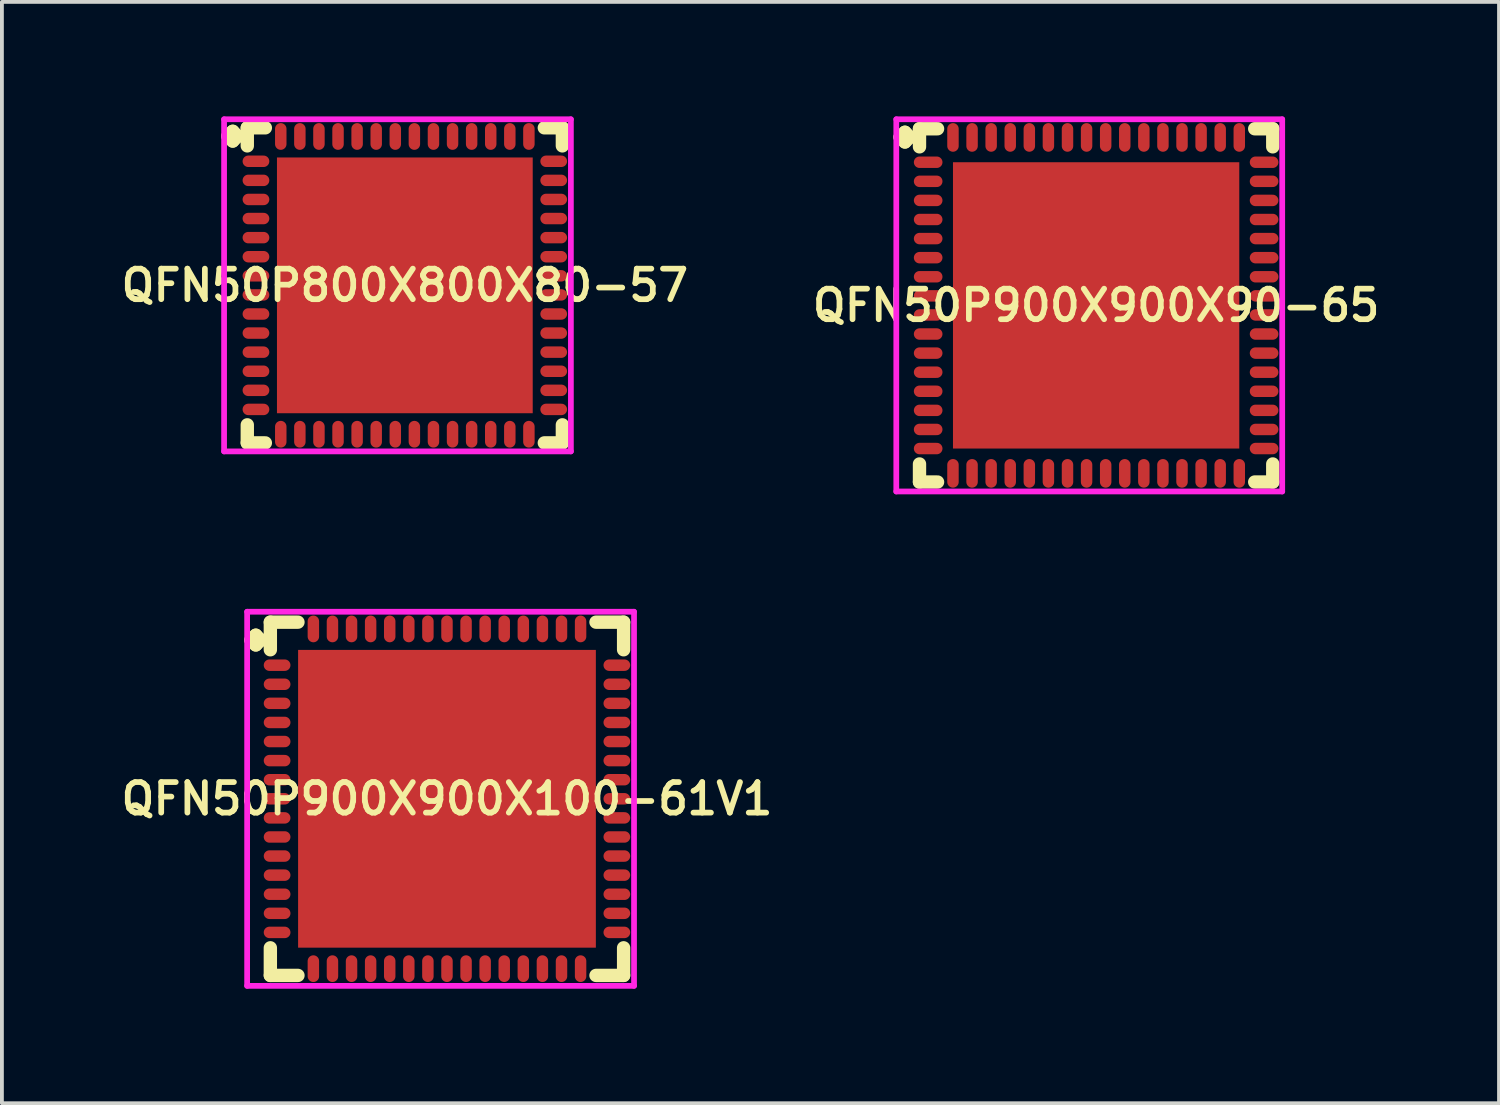
<source format=kicad_pcb>
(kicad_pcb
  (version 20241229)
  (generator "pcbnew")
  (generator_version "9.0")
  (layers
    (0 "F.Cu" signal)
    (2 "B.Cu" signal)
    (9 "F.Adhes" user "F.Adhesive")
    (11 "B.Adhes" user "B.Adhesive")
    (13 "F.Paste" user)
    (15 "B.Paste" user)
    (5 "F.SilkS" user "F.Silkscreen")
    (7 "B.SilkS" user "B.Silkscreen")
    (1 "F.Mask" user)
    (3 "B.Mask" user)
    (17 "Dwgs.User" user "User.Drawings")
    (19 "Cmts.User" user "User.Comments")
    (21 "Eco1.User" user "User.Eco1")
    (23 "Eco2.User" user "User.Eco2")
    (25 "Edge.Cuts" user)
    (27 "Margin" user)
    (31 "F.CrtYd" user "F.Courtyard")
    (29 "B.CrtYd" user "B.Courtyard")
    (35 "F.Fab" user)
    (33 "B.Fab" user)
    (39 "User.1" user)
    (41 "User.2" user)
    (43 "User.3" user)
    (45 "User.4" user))
  (footprint "QFN50P900X900X90-65"
    (layer "F.Cu")
    (at 25.664 4.95)
    (property "Reference" "QFN50P900X900X90-65" (at 0 0 0) (layer "F.SilkS") (effects (font (size 0.8 0.8) (thickness 0.15))))
    (attr smd)
    (fp_line (start -5.135 -4.408) (end -5.008 -4.535) (stroke (width 0.35) (type solid)) (layer "F.SilkS"))
    (fp_line (start -5.008 -4.535) (end -4.881 -4.408) (stroke (width 0.35) (type solid)) (layer "F.SilkS"))
    (fp_line (start -5.008 -4.281) (end -5.135 -4.408) (stroke (width 0.35) (type solid)) (layer "F.SilkS"))
    (fp_line (start -4.881 -4.408) (end -5.008 -4.281) (stroke (width 0.35) (type solid)) (layer "F.SilkS"))
    (fp_line (start -4.627 -4.627) (end -4.154 -4.627) (stroke (width 0.35) (type solid)) (layer "F.SilkS"))
    (fp_line (start -4.627 -4.154) (end -4.627 -4.627) (stroke (width 0.35) (type solid)) (layer "F.SilkS"))
    (fp_line (start -4.627 4.154) (end -4.627 4.627) (stroke (width 0.35) (type solid)) (layer "F.SilkS"))
    (fp_line (start -4.627 4.627) (end -4.154 4.627) (stroke (width 0.35) (type solid)) (layer "F.SilkS"))
    (fp_line (start 4.154 -4.627) (end 4.627 -4.627) (stroke (width 0.35) (type solid)) (layer "F.SilkS"))
    (fp_line (start 4.154 4.627) (end 4.627 4.627) (stroke (width 0.35) (type solid)) (layer "F.SilkS"))
    (fp_line (start 4.627 -4.627) (end 4.627 -4.154) (stroke (width 0.35) (type solid)) (layer "F.SilkS"))
    (fp_line (start 4.627 4.627) (end 4.627 4.154) (stroke (width 0.35) (type solid)) (layer "F.SilkS"))
    (fp_line (start -5.235 -4.875) (end 4.875 -4.875) (stroke (width 0.15) (type solid)) (layer "F.CrtYd"))
    (fp_line (start -5.235 4.875) (end -5.235 -4.875) (stroke (width 0.15) (type solid)) (layer "F.CrtYd"))
    (fp_line (start 4.875 -4.875) (end 4.875 4.875) (stroke (width 0.15) (type solid)) (layer "F.CrtYd"))
    (fp_line (start 4.875 4.875) (end -5.235 4.875) (stroke (width 0.15) (type solid)) (layer "F.CrtYd"))
    (pad "1" smd oval (at -4.4 -3.75) (size 0.75 0.3) (layers "F.Cu" "F.Mask" "F.Paste"))
    (pad "2" smd oval (at -4.4 -3.25) (size 0.75 0.3) (layers "F.Cu" "F.Mask" "F.Paste"))
    (pad "3" smd oval (at -4.4 -2.75) (size 0.75 0.3) (layers "F.Cu" "F.Mask" "F.Paste"))
    (pad "4" smd oval (at -4.4 -2.25) (size 0.75 0.3) (layers "F.Cu" "F.Mask" "F.Paste"))
    (pad "5" smd oval (at -4.4 -1.75) (size 0.75 0.3) (layers "F.Cu" "F.Mask" "F.Paste"))
    (pad "6" smd oval (at -4.4 -1.25) (size 0.75 0.3) (layers "F.Cu" "F.Mask" "F.Paste"))
    (pad "7" smd oval (at -4.4 -0.75) (size 0.75 0.3) (layers "F.Cu" "F.Mask" "F.Paste"))
    (pad "8" smd oval (at -4.4 -0.25) (size 0.75 0.3) (layers "F.Cu" "F.Mask" "F.Paste"))
    (pad "9" smd oval (at -4.4 0.25) (size 0.75 0.3) (layers "F.Cu" "F.Mask" "F.Paste"))
    (pad "10" smd oval (at -4.4 0.75) (size 0.75 0.3) (layers "F.Cu" "F.Mask" "F.Paste"))
    (pad "11" smd oval (at -4.4 1.25) (size 0.75 0.3) (layers "F.Cu" "F.Mask" "F.Paste"))
    (pad "12" smd oval (at -4.4 1.75) (size 0.75 0.3) (layers "F.Cu" "F.Mask" "F.Paste"))
    (pad "13" smd oval (at -4.4 2.25) (size 0.75 0.3) (layers "F.Cu" "F.Mask" "F.Paste"))
    (pad "14" smd oval (at -4.4 2.75) (size 0.75 0.3) (layers "F.Cu" "F.Mask" "F.Paste"))
    (pad "15" smd oval (at -4.4 3.25) (size 0.75 0.3) (layers "F.Cu" "F.Mask" "F.Paste"))
    (pad "16" smd oval (at -4.4 3.75) (size 0.75 0.3) (layers "F.Cu" "F.Mask" "F.Paste"))
    (pad "17" smd oval (at -3.75 4.4) (size 0.3 0.75) (layers "F.Cu" "F.Mask" "F.Paste"))
    (pad "18" smd oval (at -3.25 4.4) (size 0.3 0.75) (layers "F.Cu" "F.Mask" "F.Paste"))
    (pad "19" smd oval (at -2.75 4.4) (size 0.3 0.75) (layers "F.Cu" "F.Mask" "F.Paste"))
    (pad "20" smd oval (at -2.25 4.4) (size 0.3 0.75) (layers "F.Cu" "F.Mask" "F.Paste"))
    (pad "21" smd oval (at -1.75 4.4) (size 0.3 0.75) (layers "F.Cu" "F.Mask" "F.Paste"))
    (pad "22" smd oval (at -1.25 4.4) (size 0.3 0.75) (layers "F.Cu" "F.Mask" "F.Paste"))
    (pad "23" smd oval (at -0.75 4.4) (size 0.3 0.75) (layers "F.Cu" "F.Mask" "F.Paste"))
    (pad "24" smd oval (at -0.25 4.4) (size 0.3 0.75) (layers "F.Cu" "F.Mask" "F.Paste"))
    (pad "25" smd oval (at 0.25 4.4) (size 0.3 0.75) (layers "F.Cu" "F.Mask" "F.Paste"))
    (pad "26" smd oval (at 0.75 4.4) (size 0.3 0.75) (layers "F.Cu" "F.Mask" "F.Paste"))
    (pad "27" smd oval (at 1.25 4.4) (size 0.3 0.75) (layers "F.Cu" "F.Mask" "F.Paste"))
    (pad "28" smd oval (at 1.75 4.4) (size 0.3 0.75) (layers "F.Cu" "F.Mask" "F.Paste"))
    (pad "29" smd oval (at 2.25 4.4) (size 0.3 0.75) (layers "F.Cu" "F.Mask" "F.Paste"))
    (pad "30" smd oval (at 2.75 4.4) (size 0.3 0.75) (layers "F.Cu" "F.Mask" "F.Paste"))
    (pad "31" smd oval (at 3.25 4.4) (size 0.3 0.75) (layers "F.Cu" "F.Mask" "F.Paste"))
    (pad "32" smd oval (at 3.75 4.4) (size 0.3 0.75) (layers "F.Cu" "F.Mask" "F.Paste"))
    (pad "33" smd oval (at 4.4 3.75) (size 0.75 0.3) (layers "F.Cu" "F.Mask" "F.Paste"))
    (pad "34" smd oval (at 4.4 3.25) (size 0.75 0.3) (layers "F.Cu" "F.Mask" "F.Paste"))
    (pad "35" smd oval (at 4.4 2.75) (size 0.75 0.3) (layers "F.Cu" "F.Mask" "F.Paste"))
    (pad "36" smd oval (at 4.4 2.25) (size 0.75 0.3) (layers "F.Cu" "F.Mask" "F.Paste"))
    (pad "37" smd oval (at 4.4 1.75) (size 0.75 0.3) (layers "F.Cu" "F.Mask" "F.Paste"))
    (pad "38" smd oval (at 4.4 1.25) (size 0.75 0.3) (layers "F.Cu" "F.Mask" "F.Paste"))
    (pad "39" smd oval (at 4.4 0.75) (size 0.75 0.3) (layers "F.Cu" "F.Mask" "F.Paste"))
    (pad "40" smd oval (at 4.4 0.25) (size 0.75 0.3) (layers "F.Cu" "F.Mask" "F.Paste"))
    (pad "41" smd oval (at 4.4 -0.25) (size 0.75 0.3) (layers "F.Cu" "F.Mask" "F.Paste"))
    (pad "42" smd oval (at 4.4 -0.75) (size 0.75 0.3) (layers "F.Cu" "F.Mask" "F.Paste"))
    (pad "43" smd oval (at 4.4 -1.25) (size 0.75 0.3) (layers "F.Cu" "F.Mask" "F.Paste"))
    (pad "44" smd oval (at 4.4 -1.75) (size 0.75 0.3) (layers "F.Cu" "F.Mask" "F.Paste"))
    (pad "45" smd oval (at 4.4 -2.25) (size 0.75 0.3) (layers "F.Cu" "F.Mask" "F.Paste"))
    (pad "46" smd oval (at 4.4 -2.75) (size 0.75 0.3) (layers "F.Cu" "F.Mask" "F.Paste"))
    (pad "47" smd oval (at 4.4 -3.25) (size 0.75 0.3) (layers "F.Cu" "F.Mask" "F.Paste"))
    (pad "48" smd oval (at 4.4 -3.75) (size 0.75 0.3) (layers "F.Cu" "F.Mask" "F.Paste"))
    (pad "49" smd oval (at 3.75 -4.4) (size 0.3 0.75) (layers "F.Cu" "F.Mask" "F.Paste"))
    (pad "50" smd oval (at 3.25 -4.4) (size 0.3 0.75) (layers "F.Cu" "F.Mask" "F.Paste"))
    (pad "51" smd oval (at 2.75 -4.4) (size 0.3 0.75) (layers "F.Cu" "F.Mask" "F.Paste"))
    (pad "52" smd oval (at 2.25 -4.4) (size 0.3 0.75) (layers "F.Cu" "F.Mask" "F.Paste"))
    (pad "53" smd oval (at 1.75 -4.4) (size 0.3 0.75) (layers "F.Cu" "F.Mask" "F.Paste"))
    (pad "54" smd oval (at 1.25 -4.4) (size 0.3 0.75) (layers "F.Cu" "F.Mask" "F.Paste"))
    (pad "55" smd oval (at 0.75 -4.4) (size 0.3 0.75) (layers "F.Cu" "F.Mask" "F.Paste"))
    (pad "56" smd oval (at 0.25 -4.4) (size 0.3 0.75) (layers "F.Cu" "F.Mask" "F.Paste"))
    (pad "57" smd oval (at -0.25 -4.4) (size 0.3 0.75) (layers "F.Cu" "F.Mask" "F.Paste"))
    (pad "58" smd oval (at -0.75 -4.4) (size 0.3 0.75) (layers "F.Cu" "F.Mask" "F.Paste"))
    (pad "59" smd oval (at -1.25 -4.4) (size 0.3 0.75) (layers "F.Cu" "F.Mask" "F.Paste"))
    (pad "60" smd oval (at -1.75 -4.4) (size 0.3 0.75) (layers "F.Cu" "F.Mask" "F.Paste"))
    (pad "61" smd oval (at -2.25 -4.4) (size 0.3 0.75) (layers "F.Cu" "F.Mask" "F.Paste"))
    (pad "62" smd oval (at -2.75 -4.4) (size 0.3 0.75) (layers "F.Cu" "F.Mask" "F.Paste"))
    (pad "63" smd oval (at -3.25 -4.4) (size 0.3 0.75) (layers "F.Cu" "F.Mask" "F.Paste"))
    (pad "64" smd oval (at -3.75 -4.4) (size 0.3 0.75) (layers "F.Cu" "F.Mask" "F.Paste"))
    (pad "65" smd rect (at 0 0) (size 7.5 7.5) (layers "F.Cu" "F.Mask" "F.Paste")))
  (footprint "QFN50P800X800X80-57"
    (layer "F.Cu")
    (at 7.555 4.425)
    (property "Reference" "QFN50P800X800X80-57" (at 0 0 0) (layer "F.SilkS") (effects (font (size 0.8 0.8) (thickness 0.15))))
    (attr through_hole)
    (fp_line (start -4.635 -3.908) (end -4.508 -4.035) (stroke (width 0.35) (type solid)) (layer "F.SilkS"))
    (fp_line (start -4.508 -4.035) (end -4.381 -3.908) (stroke (width 0.35) (type solid)) (layer "F.SilkS"))
    (fp_line (start -4.508 -3.781) (end -4.635 -3.908) (stroke (width 0.35) (type solid)) (layer "F.SilkS"))
    (fp_line (start -4.381 -3.908) (end -4.508 -3.781) (stroke (width 0.35) (type solid)) (layer "F.SilkS"))
    (fp_line (start -4.127 -4.127) (end -3.654 -4.127) (stroke (width 0.35) (type solid)) (layer "F.SilkS"))
    (fp_line (start -4.127 -3.654) (end -4.127 -4.127) (stroke (width 0.35) (type solid)) (layer "F.SilkS"))
    (fp_line (start -4.127 3.654) (end -4.127 4.127) (stroke (width 0.35) (type solid)) (layer "F.SilkS"))
    (fp_line (start -4.127 4.127) (end -3.654 4.127) (stroke (width 0.35) (type solid)) (layer "F.SilkS"))
    (fp_line (start 3.654 -4.127) (end 4.127 -4.127) (stroke (width 0.35) (type solid)) (layer "F.SilkS"))
    (fp_line (start 3.654 4.127) (end 4.127 4.127) (stroke (width 0.35) (type solid)) (layer "F.SilkS"))
    (fp_line (start 4.127 -4.127) (end 4.127 -3.654) (stroke (width 0.35) (type solid)) (layer "F.SilkS"))
    (fp_line (start 4.127 4.127) (end 4.127 3.654) (stroke (width 0.35) (type solid)) (layer "F.SilkS"))
    (fp_line (start -4.735 -4.35) (end 4.35 -4.35) (stroke (width 0.15) (type solid)) (layer "F.CrtYd"))
    (fp_line (start -4.735 4.35) (end -4.735 -4.35) (stroke (width 0.15) (type solid)) (layer "F.CrtYd"))
    (fp_line (start 4.35 -4.35) (end 4.35 4.35) (stroke (width 0.15) (type solid)) (layer "F.CrtYd"))
    (fp_line (start 4.35 4.35) (end -4.735 4.35) (stroke (width 0.15) (type solid)) (layer "F.CrtYd"))
    (pad "1" smd oval (at -3.9 -3.25) (size 0.7 0.3) (layers "F.Cu" "F.Mask" "F.Paste"))
    (pad "2" smd oval (at -3.9 -2.75) (size 0.7 0.3) (layers "F.Cu" "F.Mask" "F.Paste"))
    (pad "3" smd oval (at -3.9 -2.25) (size 0.7 0.3) (layers "F.Cu" "F.Mask" "F.Paste"))
    (pad "4" smd oval (at -3.9 -1.75) (size 0.7 0.3) (layers "F.Cu" "F.Mask" "F.Paste"))
    (pad "5" smd oval (at -3.9 -1.25) (size 0.7 0.3) (layers "F.Cu" "F.Mask" "F.Paste"))
    (pad "6" smd oval (at -3.9 -0.75) (size 0.7 0.3) (layers "F.Cu" "F.Mask" "F.Paste"))
    (pad "7" smd oval (at -3.9 -0.25) (size 0.7 0.3) (layers "F.Cu" "F.Mask" "F.Paste"))
    (pad "8" smd oval (at -3.9 0.25) (size 0.7 0.3) (layers "F.Cu" "F.Mask" "F.Paste"))
    (pad "9" smd oval (at -3.9 0.75) (size 0.7 0.3) (layers "F.Cu" "F.Mask" "F.Paste"))
    (pad "10" smd oval (at -3.9 1.25) (size 0.7 0.3) (layers "F.Cu" "F.Mask" "F.Paste"))
    (pad "11" smd oval (at -3.9 1.75) (size 0.7 0.3) (layers "F.Cu" "F.Mask" "F.Paste"))
    (pad "12" smd oval (at -3.9 2.25) (size 0.7 0.3) (layers "F.Cu" "F.Mask" "F.Paste"))
    (pad "13" smd oval (at -3.9 2.75) (size 0.7 0.3) (layers "F.Cu" "F.Mask" "F.Paste"))
    (pad "14" smd oval (at -3.9 3.25) (size 0.7 0.3) (layers "F.Cu" "F.Mask" "F.Paste"))
    (pad "15" smd oval (at -3.25 3.9) (size 0.3 0.7) (layers "F.Cu" "F.Mask" "F.Paste"))
    (pad "16" smd oval (at -2.75 3.9) (size 0.3 0.7) (layers "F.Cu" "F.Mask" "F.Paste"))
    (pad "17" smd oval (at -2.25 3.9) (size 0.3 0.7) (layers "F.Cu" "F.Mask" "F.Paste"))
    (pad "18" smd oval (at -1.75 3.9) (size 0.3 0.7) (layers "F.Cu" "F.Mask" "F.Paste"))
    (pad "19" smd oval (at -1.25 3.9) (size 0.3 0.7) (layers "F.Cu" "F.Mask" "F.Paste"))
    (pad "20" smd oval (at -0.75 3.9) (size 0.3 0.7) (layers "F.Cu" "F.Mask" "F.Paste"))
    (pad "21" smd oval (at -0.25 3.9) (size 0.3 0.7) (layers "F.Cu" "F.Mask" "F.Paste"))
    (pad "22" smd oval (at 0.25 3.9) (size 0.3 0.7) (layers "F.Cu" "F.Mask" "F.Paste"))
    (pad "23" smd oval (at 0.75 3.9) (size 0.3 0.7) (layers "F.Cu" "F.Mask" "F.Paste"))
    (pad "24" smd oval (at 1.25 3.9) (size 0.3 0.7) (layers "F.Cu" "F.Mask" "F.Paste"))
    (pad "25" smd oval (at 1.75 3.9) (size 0.3 0.7) (layers "F.Cu" "F.Mask" "F.Paste"))
    (pad "26" smd oval (at 2.25 3.9) (size 0.3 0.7) (layers "F.Cu" "F.Mask" "F.Paste"))
    (pad "27" smd oval (at 2.75 3.9) (size 0.3 0.7) (layers "F.Cu" "F.Mask" "F.Paste"))
    (pad "28" smd oval (at 3.25 3.9) (size 0.3 0.7) (layers "F.Cu" "F.Mask" "F.Paste"))
    (pad "29" smd oval (at 3.9 3.25) (size 0.7 0.3) (layers "F.Cu" "F.Mask" "F.Paste"))
    (pad "30" smd oval (at 3.9 2.75) (size 0.7 0.3) (layers "F.Cu" "F.Mask" "F.Paste"))
    (pad "31" smd oval (at 3.9 2.25) (size 0.7 0.3) (layers "F.Cu" "F.Mask" "F.Paste"))
    (pad "32" smd oval (at 3.9 1.75) (size 0.7 0.3) (layers "F.Cu" "F.Mask" "F.Paste"))
    (pad "33" smd oval (at 3.9 1.25) (size 0.7 0.3) (layers "F.Cu" "F.Mask" "F.Paste"))
    (pad "34" smd oval (at 3.9 0.75) (size 0.7 0.3) (layers "F.Cu" "F.Mask" "F.Paste"))
    (pad "35" smd oval (at 3.9 0.25) (size 0.7 0.3) (layers "F.Cu" "F.Mask" "F.Paste"))
    (pad "36" smd oval (at 3.9 -0.25) (size 0.7 0.3) (layers "F.Cu" "F.Mask" "F.Paste"))
    (pad "37" smd oval (at 3.9 -0.75) (size 0.7 0.3) (layers "F.Cu" "F.Mask" "F.Paste"))
    (pad "38" smd oval (at 3.9 -1.25) (size 0.7 0.3) (layers "F.Cu" "F.Mask" "F.Paste"))
    (pad "39" smd oval (at 3.9 -1.75) (size 0.7 0.3) (layers "F.Cu" "F.Mask" "F.Paste"))
    (pad "40" smd oval (at 3.9 -2.25) (size 0.7 0.3) (layers "F.Cu" "F.Mask" "F.Paste"))
    (pad "41" smd oval (at 3.9 -2.75) (size 0.7 0.3) (layers "F.Cu" "F.Mask" "F.Paste"))
    (pad "42" smd oval (at 3.9 -3.25) (size 0.7 0.3) (layers "F.Cu" "F.Mask" "F.Paste"))
    (pad "43" smd oval (at 3.25 -3.9) (size 0.3 0.7) (layers "F.Cu" "F.Mask" "F.Paste"))
    (pad "44" smd oval (at 2.75 -3.9) (size 0.3 0.7) (layers "F.Cu" "F.Mask" "F.Paste"))
    (pad "45" smd oval (at 2.25 -3.9) (size 0.3 0.7) (layers "F.Cu" "F.Mask" "F.Paste"))
    (pad "46" smd oval (at 1.75 -3.9) (size 0.3 0.7) (layers "F.Cu" "F.Mask" "F.Paste"))
    (pad "47" smd oval (at 1.25 -3.9) (size 0.3 0.7) (layers "F.Cu" "F.Mask" "F.Paste"))
    (pad "48" smd oval (at 0.75 -3.9) (size 0.3 0.7) (layers "F.Cu" "F.Mask" "F.Paste"))
    (pad "49" smd oval (at 0.25 -3.9) (size 0.3 0.7) (layers "F.Cu" "F.Mask" "F.Paste"))
    (pad "50" smd oval (at -0.25 -3.9) (size 0.3 0.7) (layers "F.Cu" "F.Mask" "F.Paste"))
    (pad "51" smd oval (at -0.75 -3.9) (size 0.3 0.7) (layers "F.Cu" "F.Mask" "F.Paste"))
    (pad "52" smd oval (at -1.25 -3.9) (size 0.3 0.7) (layers "F.Cu" "F.Mask" "F.Paste"))
    (pad "53" smd oval (at -1.75 -3.9) (size 0.3 0.7) (layers "F.Cu" "F.Mask" "F.Paste"))
    (pad "54" smd oval (at -2.25 -3.9) (size 0.3 0.7) (layers "F.Cu" "F.Mask" "F.Paste"))
    (pad "55" smd oval (at -2.75 -3.9) (size 0.3 0.7) (layers "F.Cu" "F.Mask" "F.Paste"))
    (pad "56" smd oval (at -3.25 -3.9) (size 0.3 0.7) (layers "F.Cu" "F.Mask" "F.Paste"))
    (pad "57" smd rect (at 0 0) (size 6.7 6.7) (layers "F.Cu" "F.Mask" "F.Paste")))
  (footprint "QFN50P900X900X100-61V1"
    (layer "F.Cu")
    (at 8.659 17.875)
    (property "Reference" "QFN50P900X900X100-61V1" (at 0 0 0) (layer "F.SilkS") (effects (font (size 0.8 0.8) (thickness 0.15))))
    (attr through_hole)
    (fp_line (start -5.135 -4.158) (end -5.008 -4.285) (stroke (width 0.35) (type solid)) (layer "F.SilkS"))
    (fp_line (start -5.008 -4.285) (end -4.881 -4.158) (stroke (width 0.35) (type solid)) (layer "F.SilkS"))
    (fp_line (start -5.008 -4.031) (end -5.135 -4.158) (stroke (width 0.35) (type solid)) (layer "F.SilkS"))
    (fp_line (start -4.881 -4.158) (end -5.008 -4.031) (stroke (width 0.35) (type solid)) (layer "F.SilkS"))
    (fp_line (start -4.627 -4.627) (end -3.904 -4.627) (stroke (width 0.35) (type solid)) (layer "F.SilkS"))
    (fp_line (start -4.627 -3.904) (end -4.627 -4.627) (stroke (width 0.35) (type solid)) (layer "F.SilkS"))
    (fp_line (start -4.627 3.904) (end -4.627 4.627) (stroke (width 0.35) (type solid)) (layer "F.SilkS"))
    (fp_line (start -4.627 4.627) (end -3.904 4.627) (stroke (width 0.35) (type solid)) (layer "F.SilkS"))
    (fp_line (start 3.904 -4.627) (end 4.627 -4.627) (stroke (width 0.35) (type solid)) (layer "F.SilkS"))
    (fp_line (start 3.904 4.627) (end 4.627 4.627) (stroke (width 0.35) (type solid)) (layer "F.SilkS"))
    (fp_line (start 4.627 -4.627) (end 4.627 -3.904) (stroke (width 0.35) (type solid)) (layer "F.SilkS"))
    (fp_line (start 4.627 4.627) (end 4.627 3.904) (stroke (width 0.35) (type solid)) (layer "F.SilkS"))
    (fp_line (start -5.235 -4.9) (end 4.9 -4.9) (stroke (width 0.15) (type solid)) (layer "F.CrtYd"))
    (fp_line (start -5.235 4.9) (end -5.235 -4.9) (stroke (width 0.15) (type solid)) (layer "F.CrtYd"))
    (fp_line (start 4.9 -4.9) (end 4.9 4.9) (stroke (width 0.15) (type solid)) (layer "F.CrtYd"))
    (fp_line (start 4.9 4.9) (end -5.235 4.9) (stroke (width 0.15) (type solid)) (layer "F.CrtYd"))
    (pad "1" smd oval (at -4.45 -3.5) (size 0.7 0.3) (layers "F.Cu" "F.Mask" "F.Paste"))
    (pad "2" smd oval (at -4.45 -3) (size 0.7 0.3) (layers "F.Cu" "F.Mask" "F.Paste"))
    (pad "3" smd oval (at -4.45 -2.5) (size 0.7 0.3) (layers "F.Cu" "F.Mask" "F.Paste"))
    (pad "4" smd oval (at -4.45 -2) (size 0.7 0.3) (layers "F.Cu" "F.Mask" "F.Paste"))
    (pad "5" smd oval (at -4.45 -1.5) (size 0.7 0.3) (layers "F.Cu" "F.Mask" "F.Paste"))
    (pad "6" smd oval (at -4.45 -1) (size 0.7 0.3) (layers "F.Cu" "F.Mask" "F.Paste"))
    (pad "7" smd oval (at -4.45 -0.5) (size 0.7 0.3) (layers "F.Cu" "F.Mask" "F.Paste"))
    (pad "8" smd oval (at -4.45 0) (size 0.7 0.3) (layers "F.Cu" "F.Mask" "F.Paste"))
    (pad "9" smd oval (at -4.45 0.5) (size 0.7 0.3) (layers "F.Cu" "F.Mask" "F.Paste"))
    (pad "10" smd oval (at -4.45 1) (size 0.7 0.3) (layers "F.Cu" "F.Mask" "F.Paste"))
    (pad "11" smd oval (at -4.45 1.5) (size 0.7 0.3) (layers "F.Cu" "F.Mask" "F.Paste"))
    (pad "12" smd oval (at -4.45 2) (size 0.7 0.3) (layers "F.Cu" "F.Mask" "F.Paste"))
    (pad "13" smd oval (at -4.45 2.5) (size 0.7 0.3) (layers "F.Cu" "F.Mask" "F.Paste"))
    (pad "14" smd oval (at -4.45 3) (size 0.7 0.3) (layers "F.Cu" "F.Mask" "F.Paste"))
    (pad "15" smd oval (at -4.45 3.5) (size 0.7 0.3) (layers "F.Cu" "F.Mask" "F.Paste"))
    (pad "16" smd oval (at -3.5 4.45) (size 0.3 0.7) (layers "F.Cu" "F.Mask" "F.Paste"))
    (pad "17" smd oval (at -3 4.45) (size 0.3 0.7) (layers "F.Cu" "F.Mask" "F.Paste"))
    (pad "18" smd oval (at -2.5 4.45) (size 0.3 0.7) (layers "F.Cu" "F.Mask" "F.Paste"))
    (pad "19" smd oval (at -2 4.45) (size 0.3 0.7) (layers "F.Cu" "F.Mask" "F.Paste"))
    (pad "20" smd oval (at -1.5 4.45) (size 0.3 0.7) (layers "F.Cu" "F.Mask" "F.Paste"))
    (pad "21" smd oval (at -1 4.45) (size 0.3 0.7) (layers "F.Cu" "F.Mask" "F.Paste"))
    (pad "22" smd oval (at -0.5 4.45) (size 0.3 0.7) (layers "F.Cu" "F.Mask" "F.Paste"))
    (pad "23" smd oval (at 0 4.45) (size 0.3 0.7) (layers "F.Cu" "F.Mask" "F.Paste"))
    (pad "24" smd oval (at 0.5 4.45) (size 0.3 0.7) (layers "F.Cu" "F.Mask" "F.Paste"))
    (pad "25" smd oval (at 1 4.45) (size 0.3 0.7) (layers "F.Cu" "F.Mask" "F.Paste"))
    (pad "26" smd oval (at 1.5 4.45) (size 0.3 0.7) (layers "F.Cu" "F.Mask" "F.Paste"))
    (pad "27" smd oval (at 2 4.45) (size 0.3 0.7) (layers "F.Cu" "F.Mask" "F.Paste"))
    (pad "28" smd oval (at 2.5 4.45) (size 0.3 0.7) (layers "F.Cu" "F.Mask" "F.Paste"))
    (pad "29" smd oval (at 3 4.45) (size 0.3 0.7) (layers "F.Cu" "F.Mask" "F.Paste"))
    (pad "30" smd oval (at 3.5 4.45) (size 0.3 0.7) (layers "F.Cu" "F.Mask" "F.Paste"))
    (pad "31" smd oval (at 4.45 3.5) (size 0.7 0.3) (layers "F.Cu" "F.Mask" "F.Paste"))
    (pad "32" smd oval (at 4.45 3) (size 0.7 0.3) (layers "F.Cu" "F.Mask" "F.Paste"))
    (pad "33" smd oval (at 4.45 2.5) (size 0.7 0.3) (layers "F.Cu" "F.Mask" "F.Paste"))
    (pad "34" smd oval (at 4.45 2) (size 0.7 0.3) (layers "F.Cu" "F.Mask" "F.Paste"))
    (pad "35" smd oval (at 4.45 1.5) (size 0.7 0.3) (layers "F.Cu" "F.Mask" "F.Paste"))
    (pad "36" smd oval (at 4.45 1) (size 0.7 0.3) (layers "F.Cu" "F.Mask" "F.Paste"))
    (pad "37" smd oval (at 4.45 0.5) (size 0.7 0.3) (layers "F.Cu" "F.Mask" "F.Paste"))
    (pad "38" smd oval (at 4.45 0) (size 0.7 0.3) (layers "F.Cu" "F.Mask" "F.Paste"))
    (pad "39" smd oval (at 4.45 -0.5) (size 0.7 0.3) (layers "F.Cu" "F.Mask" "F.Paste"))
    (pad "40" smd oval (at 4.45 -1) (size 0.7 0.3) (layers "F.Cu" "F.Mask" "F.Paste"))
    (pad "41" smd oval (at 4.45 -1.5) (size 0.7 0.3) (layers "F.Cu" "F.Mask" "F.Paste"))
    (pad "42" smd oval (at 4.45 -2) (size 0.7 0.3) (layers "F.Cu" "F.Mask" "F.Paste"))
    (pad "43" smd oval (at 4.45 -2.5) (size 0.7 0.3) (layers "F.Cu" "F.Mask" "F.Paste"))
    (pad "44" smd oval (at 4.45 -3) (size 0.7 0.3) (layers "F.Cu" "F.Mask" "F.Paste"))
    (pad "45" smd oval (at 4.45 -3.5) (size 0.7 0.3) (layers "F.Cu" "F.Mask" "F.Paste"))
    (pad "46" smd oval (at 3.5 -4.45) (size 0.3 0.7) (layers "F.Cu" "F.Mask" "F.Paste"))
    (pad "47" smd oval (at 3 -4.45) (size 0.3 0.7) (layers "F.Cu" "F.Mask" "F.Paste"))
    (pad "48" smd oval (at 2.5 -4.45) (size 0.3 0.7) (layers "F.Cu" "F.Mask" "F.Paste"))
    (pad "49" smd oval (at 2 -4.45) (size 0.3 0.7) (layers "F.Cu" "F.Mask" "F.Paste"))
    (pad "50" smd oval (at 1.5 -4.45) (size 0.3 0.7) (layers "F.Cu" "F.Mask" "F.Paste"))
    (pad "51" smd oval (at 1 -4.45) (size 0.3 0.7) (layers "F.Cu" "F.Mask" "F.Paste"))
    (pad "52" smd oval (at 0.5 -4.45) (size 0.3 0.7) (layers "F.Cu" "F.Mask" "F.Paste"))
    (pad "53" smd oval (at 0 -4.45) (size 0.3 0.7) (layers "F.Cu" "F.Mask" "F.Paste"))
    (pad "54" smd oval (at -0.5 -4.45) (size 0.3 0.7) (layers "F.Cu" "F.Mask" "F.Paste"))
    (pad "55" smd oval (at -1 -4.45) (size 0.3 0.7) (layers "F.Cu" "F.Mask" "F.Paste"))
    (pad "56" smd oval (at -1.5 -4.45) (size 0.3 0.7) (layers "F.Cu" "F.Mask" "F.Paste"))
    (pad "57" smd oval (at -2 -4.45) (size 0.3 0.7) (layers "F.Cu" "F.Mask" "F.Paste"))
    (pad "58" smd oval (at -2.5 -4.45) (size 0.3 0.7) (layers "F.Cu" "F.Mask" "F.Paste"))
    (pad "59" smd oval (at -3 -4.45) (size 0.3 0.7) (layers "F.Cu" "F.Mask" "F.Paste"))
    (pad "60" smd oval (at -3.5 -4.45) (size 0.3 0.7) (layers "F.Cu" "F.Mask" "F.Paste"))
    (pad "61" smd rect (at 0 0) (size 7.8 7.8) (layers "F.Cu" "F.Mask" "F.Paste")))
  (gr_rect
    (start -3 -3)
    (end 36.218 25.85)
    (stroke (width 0.1) (type default))
    (fill no)
    (layer "Edge.Cuts")))
</source>
